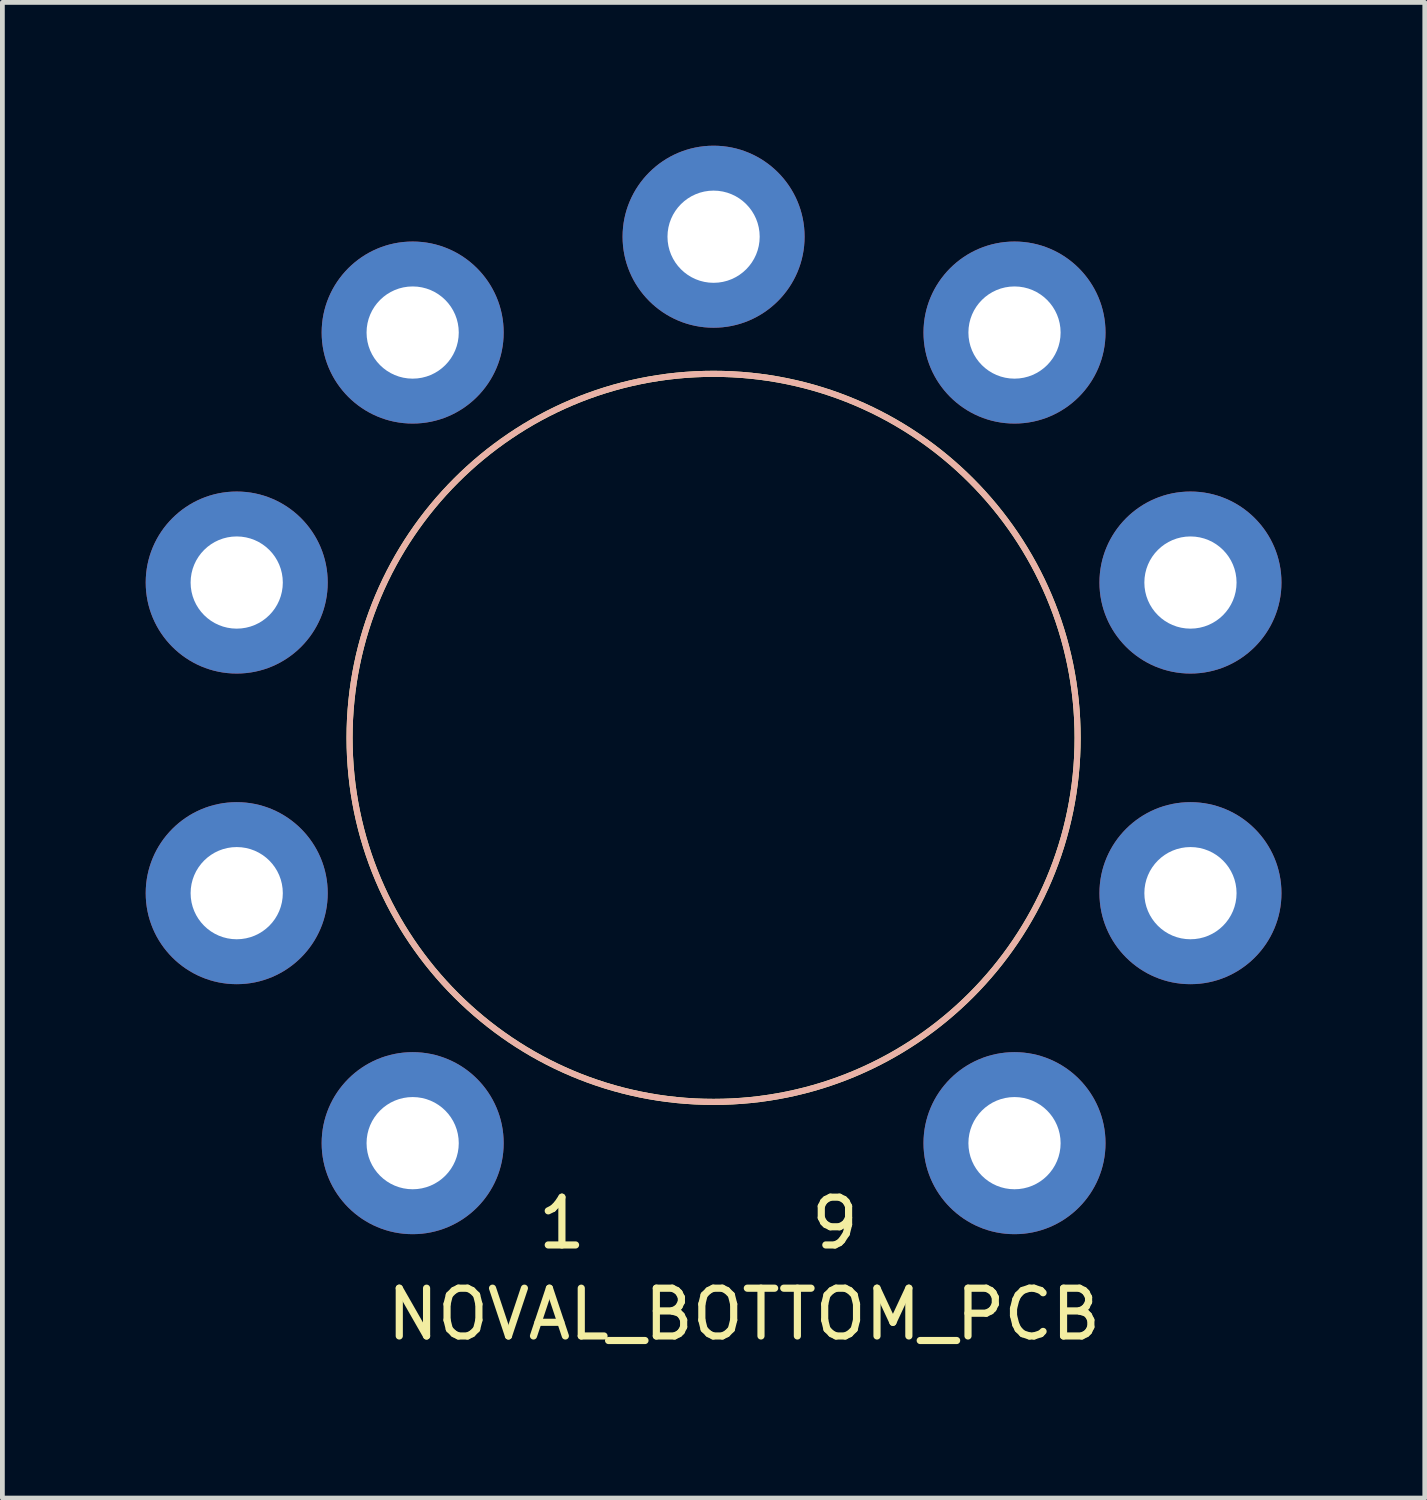
<source format=kicad_pcb>
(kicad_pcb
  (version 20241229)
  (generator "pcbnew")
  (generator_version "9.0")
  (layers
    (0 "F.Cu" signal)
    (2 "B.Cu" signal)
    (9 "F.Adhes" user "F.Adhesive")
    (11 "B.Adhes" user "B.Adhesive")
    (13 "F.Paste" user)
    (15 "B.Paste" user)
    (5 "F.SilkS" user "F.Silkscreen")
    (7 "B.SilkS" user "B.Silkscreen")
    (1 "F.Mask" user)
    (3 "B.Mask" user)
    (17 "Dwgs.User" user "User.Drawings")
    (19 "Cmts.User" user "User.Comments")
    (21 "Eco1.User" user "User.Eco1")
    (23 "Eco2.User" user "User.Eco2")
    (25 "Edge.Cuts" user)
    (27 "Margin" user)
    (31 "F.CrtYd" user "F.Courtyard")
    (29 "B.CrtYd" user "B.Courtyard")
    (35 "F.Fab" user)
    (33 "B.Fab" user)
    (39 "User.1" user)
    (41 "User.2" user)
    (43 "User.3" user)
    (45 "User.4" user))
  (footprint "NOVAL_BOTTOM_PCB"
    (layer "F.Cu")
    (at 11.887 12.395)
    (property "Reference" "NOVAL_BOTTOM_PCB" (at 0.635 12.065 0) (layer "F.SilkS") (effects (font (size 1 1) (thickness 0.15))))
    (attr through_hole)
    (fp_circle (center 0 0) (end 7.62 0) (stroke (width 0.127) (type solid)) (fill no) (layer "F.SilkS"))
    (fp_circle (center 0 0) (end 7.62 0) (stroke (width 0.127) (type solid)) (fill no) (layer "B.SilkS"))
    (fp_text user "9" (at 2.54 10.16 0) (layer "F.SilkS") (effects (font (size 1 1) (thickness 0.15))))
    (fp_text user "1" (at -3.175 10.16 0) (layer "F.SilkS") (effects (font (size 1 1) (thickness 0.15))))
    (pad "1" thru_hole circle (at -6.299 8.484) (size 3.81 3.81) (drill 1.93) (layers "*.Cu" "*.Mask"))
    (pad "2" thru_hole circle (at -9.982 3.251) (size 3.81 3.81) (drill 1.93) (layers "*.Cu" "*.Mask"))
    (pad "3" thru_hole circle (at -9.982 -3.251) (size 3.81 3.81) (drill 1.93) (layers "*.Cu" "*.Mask"))
    (pad "4" thru_hole circle (at -6.299 -8.484) (size 3.81 3.81) (drill 1.93) (layers "*.Cu" "*.Mask"))
    (pad "5" thru_hole circle (at 0 -10.49) (size 3.81 3.81) (drill 1.93) (layers "*.Cu" "*.Mask"))
    (pad "6" thru_hole circle (at 6.299 -8.484) (size 3.81 3.81) (drill 1.93) (layers "*.Cu" "*.Mask"))
    (pad "7" thru_hole circle (at 9.982 -3.251) (size 3.81 3.81) (drill 1.93) (layers "*.Cu" "*.Mask"))
    (pad "8" thru_hole circle (at 9.982 3.251) (size 3.81 3.81) (drill 1.93) (layers "*.Cu" "*.Mask"))
    (pad "9" thru_hole circle (at 6.299 8.484) (size 3.81 3.81) (drill 1.93) (layers "*.Cu" "*.Mask")))
  (gr_rect
    (start -3 -3)
    (end 26.774 28.308)
    (stroke (width 0.1) (type default))
    (fill no)
    (layer "Edge.Cuts")))
</source>
